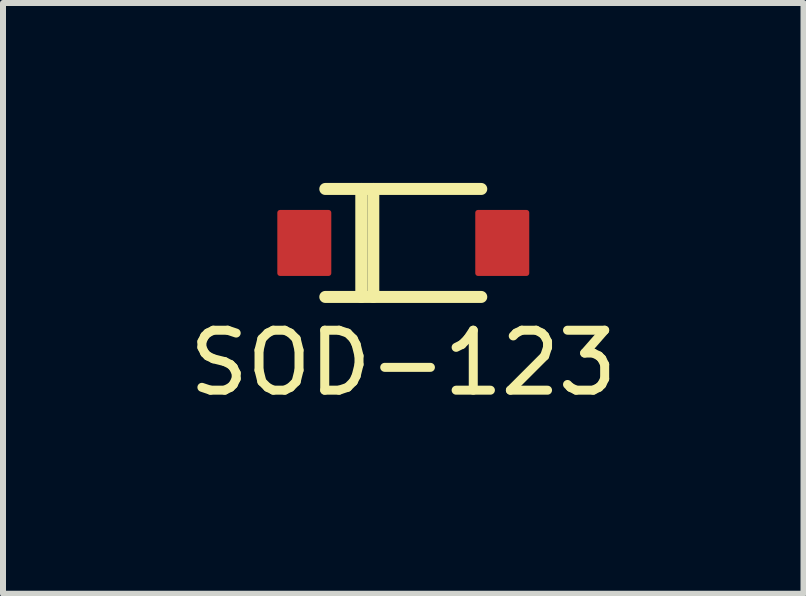
<source format=kicad_pcb>
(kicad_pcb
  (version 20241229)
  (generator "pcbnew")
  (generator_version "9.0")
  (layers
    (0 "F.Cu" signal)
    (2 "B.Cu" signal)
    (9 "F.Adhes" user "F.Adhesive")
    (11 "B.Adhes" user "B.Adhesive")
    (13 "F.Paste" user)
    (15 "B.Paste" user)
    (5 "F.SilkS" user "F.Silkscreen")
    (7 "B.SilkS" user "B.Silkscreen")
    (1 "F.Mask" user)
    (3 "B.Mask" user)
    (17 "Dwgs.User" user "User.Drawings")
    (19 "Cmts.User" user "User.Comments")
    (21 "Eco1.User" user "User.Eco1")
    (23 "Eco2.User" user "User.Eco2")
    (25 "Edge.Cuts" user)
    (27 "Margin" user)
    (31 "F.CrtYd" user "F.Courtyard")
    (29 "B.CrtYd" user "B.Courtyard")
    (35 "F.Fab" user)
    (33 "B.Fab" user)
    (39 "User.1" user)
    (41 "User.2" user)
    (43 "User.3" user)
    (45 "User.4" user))
  (footprint "SOD-123"
    (layer "F.Cu")
    (at 3.673 1)
    (property "Reference" "SOD-123" (at 0 2 0) (unlocked yes) (layer "F.SilkS") (effects (font (size 1 1) (thickness 0.15))))
    (attr smd)
    (fp_line (start -1.3 -0.9) (end 1.3 -0.9) (stroke (width 0.2) (type solid)) (layer "F.SilkS"))
    (fp_line (start -1.3 0.9) (end 1.3 0.9) (stroke (width 0.2) (type solid)) (layer "F.SilkS"))
    (fp_line (start -0.7 -0.9) (end -0.7 0.9) (stroke (width 0.2) (type solid)) (layer "F.SilkS"))
    (fp_line (start -0.5 -0.9) (end -0.5 0.9) (stroke (width 0.2) (type solid)) (layer "F.SilkS"))
    (pad "1" smd roundrect (at -1.65 0) (size 0.9 1.1) (layers "F.Cu" "F.Mask" "F.Paste") (roundrect_rratio 0.05))
    (pad "2" smd roundrect (at 1.65 0) (size 0.9 1.1) (layers "F.Cu" "F.Mask" "F.Paste") (roundrect_rratio 0.05)))
  (gr_rect
    (start -3 -3)
    (end 10.345 6.848)
    (stroke (width 0.1) (type default))
    (fill no)
    (layer "Edge.Cuts")))
</source>
